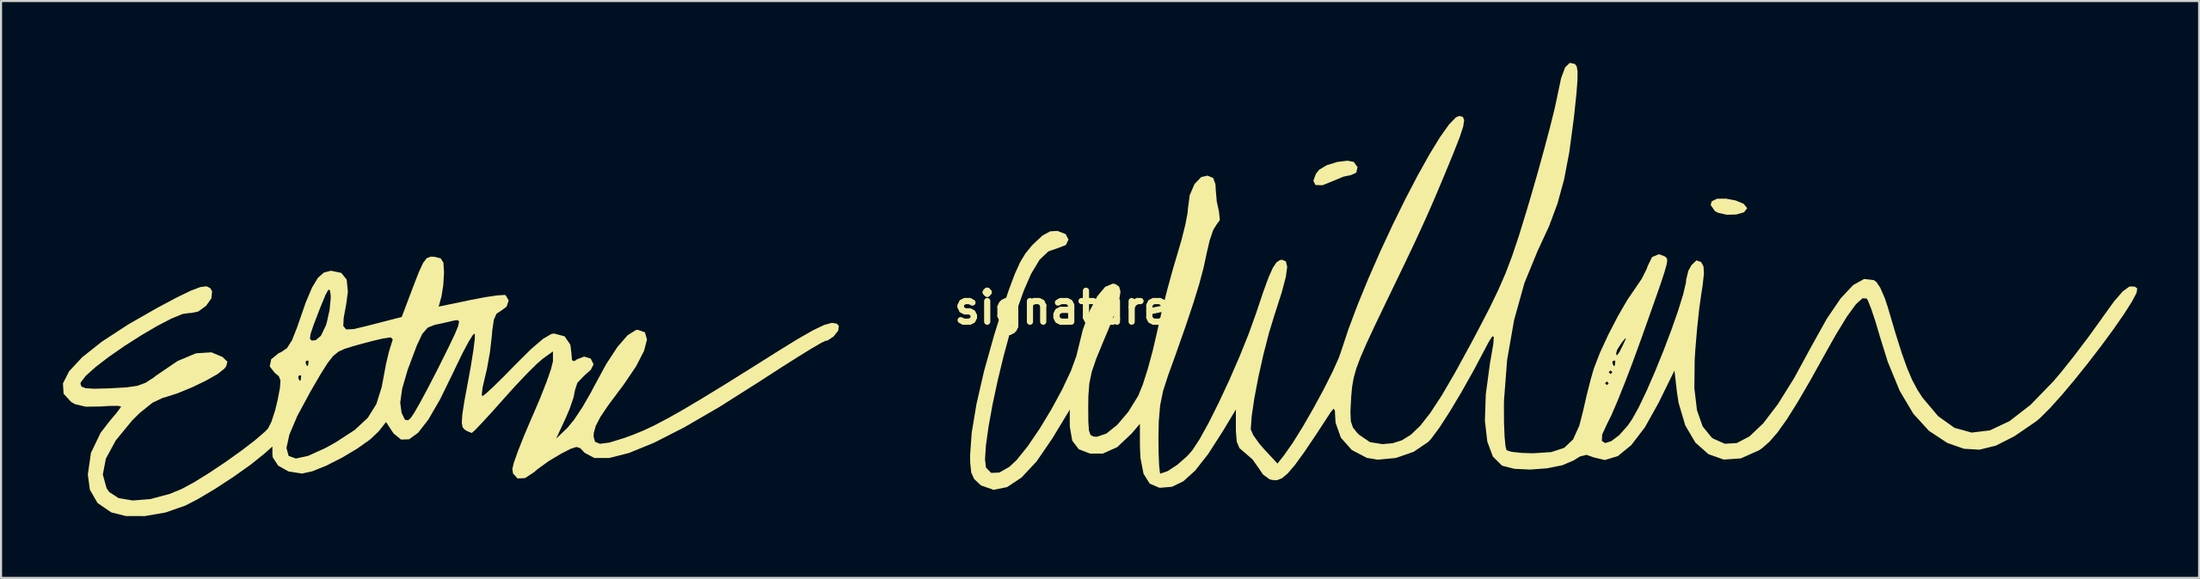
<source format=kicad_pcb>
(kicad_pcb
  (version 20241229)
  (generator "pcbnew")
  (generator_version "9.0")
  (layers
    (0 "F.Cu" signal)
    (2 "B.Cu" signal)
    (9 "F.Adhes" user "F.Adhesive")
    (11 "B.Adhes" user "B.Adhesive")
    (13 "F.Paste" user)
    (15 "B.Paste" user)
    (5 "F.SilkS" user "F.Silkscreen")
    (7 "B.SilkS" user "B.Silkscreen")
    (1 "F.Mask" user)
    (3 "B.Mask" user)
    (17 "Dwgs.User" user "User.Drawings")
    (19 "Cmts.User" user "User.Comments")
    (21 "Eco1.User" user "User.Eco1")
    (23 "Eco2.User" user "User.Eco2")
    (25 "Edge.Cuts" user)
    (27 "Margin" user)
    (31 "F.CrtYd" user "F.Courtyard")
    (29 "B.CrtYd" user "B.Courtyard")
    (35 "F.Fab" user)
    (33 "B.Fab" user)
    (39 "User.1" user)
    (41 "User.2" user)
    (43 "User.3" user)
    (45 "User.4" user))
  (footprint "signature"
    (layer "F.Cu")
    (at 48.429 11.877)
    (property "Reference" "signature" (at 0 0 0) (layer "F.SilkS") (effects (font (size 1.5 1.5) (thickness 0.3))))
    (attr board_only exclude_from_pos_files exclude_from_bom)
    (fp_poly (pts (xy 32.625 -5.201) (xy 33.013 -5.039) (xy 33.181 -4.832) (xy 33.181 -4.824) (xy 33.028 -4.629) (xy 32.654 -4.52) (xy 32.188 -4.51) (xy 31.761 -4.608) (xy 31.619 -4.687) (xy 31.415 -4.979) (xy 31.46 -5.158) (xy 31.717 -5.286) (xy 32.149 -5.291)) (stroke (width 0) (type solid)) (fill yes) (layer "F.SilkS"))
    (fp_poly (pts (xy 14.119 -7.073) (xy 14.301 -6.818) (xy 14.241 -6.551) (xy 13.997 -6.438) (xy 13.62 -6.357) (xy 13.171 -6.17) (xy 12.604 -5.94) (xy 12.262 -5.951) (xy 12.163 -6.158) (xy 12.281 -6.486) (xy 12.437 -6.688) (xy 12.804 -6.91) (xy 13.317 -7.07) (xy 13.815 -7.131)) (stroke (width 0) (type solid)) (fill yes) (layer "F.SilkS"))
    (fp_poly (pts (xy -30.426 -2.469) (xy -30.125 -2.392) (xy -29.993 -2.184) (xy -29.964 -1.735) (xy -29.964 -1.699) (xy -29.999 -1.102) (xy -30.081 -0.576) (xy -30.095 -0.518) (xy -30.223 -0.052) (xy -28.674 -0.375) (xy -27.966 -0.51) (xy -27.391 -0.595) (xy -27.039 -0.618) (xy -26.978 -0.606) (xy -26.829 -0.352) (xy -26.934 -0.046) (xy -27.2 0.148) (xy -27.419 0.292) (xy -27.55 0.583) (xy -27.626 1.111) (xy -27.645 1.35) (xy -27.736 2.145) (xy -27.885 2.977) (xy -27.975 3.354) (xy -28.094 3.869) (xy -28.133 4.21) (xy -28.105 4.293) (xy -27.939 4.171) (xy -27.58 3.841) (xy -27.082 3.352) (xy -26.515 2.773) (xy -25.746 2.008) (xy -25.171 1.516) (xy -24.771 1.279) (xy -24.634 1.252) (xy -24.121 1.388) (xy -23.843 1.792) (xy -23.79 2.204) (xy -23.763 2.549) (xy -23.65 2.595) (xy -23.524 2.506) (xy -23.173 2.372) (xy -22.855 2.468) (xy -22.717 2.746) (xy -22.854 3.018) (xy -23.164 3.293) (xy -23.501 3.644) (xy -23.613 3.984) (xy -23.688 4.359) (xy -23.879 4.913) (xy -24.072 5.366) (xy -24.53 6.35) (xy -23.985 5.829) (xy -23.656 5.428) (xy -23.249 4.813) (xy -22.835 4.094) (xy -22.698 3.83) (xy -22.106 2.738) (xy -21.556 1.899) (xy -21.07 1.339) (xy -20.669 1.086) (xy -20.577 1.073) (xy -20.227 1.194) (xy -20.128 1.544) (xy -20.273 2.1) (xy -20.656 2.843) (xy -21.27 3.751) (xy -21.43 3.963) (xy -22.011 4.741) (xy -22.393 5.311) (xy -22.613 5.737) (xy -22.707 6.082) (xy -22.717 6.249) (xy -22.647 6.503) (xy -22.408 6.602) (xy -21.958 6.545) (xy -21.252 6.328) (xy -20.802 6.164) (xy -20.312 5.964) (xy -19.767 5.707) (xy -19.13 5.373) (xy -18.365 4.94) (xy -17.435 4.387) (xy -16.302 3.693) (xy -14.932 2.836) (xy -13.883 2.174) (xy -12.864 1.543) (xy -12.097 1.103) (xy -11.546 0.839) (xy -11.171 0.735) (xy -10.935 0.774) (xy -10.831 0.88) (xy -10.863 1.113) (xy -11.083 1.394) (xy -11.37 1.587) (xy -11.481 1.61) (xy -11.681 1.704) (xy -12.131 1.966) (xy -12.782 2.367) (xy -13.587 2.877) (xy -14.496 3.465) (xy -14.656 3.57) (xy -16.62 4.815) (xy -18.331 5.809) (xy -19.791 6.553) (xy -21.001 7.048) (xy -21.964 7.293) (xy -22.679 7.29) (xy -23.151 7.039) (xy -23.172 7.015) (xy -23.365 6.812) (xy -23.55 6.755) (xy -23.836 6.85) (xy -24.306 7.093) (xy -24.893 7.444) (xy -25.422 7.826) (xy -25.594 7.975) (xy -26.034 8.266) (xy -26.401 8.284) (xy -26.621 8.04) (xy -26.652 7.822) (xy -26.582 7.527) (xy -26.389 6.98) (xy -26.103 6.254) (xy -25.749 5.42) (xy -25.668 5.237) (xy -25.303 4.382) (xy -24.999 3.609) (xy -24.784 2.994) (xy -24.687 2.613) (xy -24.685 2.572) (xy -24.685 2.122) (xy -25.176 2.473) (xy -25.488 2.746) (xy -25.966 3.221) (xy -26.541 3.831) (xy -27.099 4.452) (xy -27.658 5.079) (xy -28.13 5.593) (xy -28.466 5.943) (xy -28.618 6.077) (xy -28.62 6.077) (xy -28.83 5.993) (xy -28.963 5.915) (xy -29.063 5.8) (xy -29.103 5.578) (xy -29.078 5.19) (xy -28.984 4.574) (xy -28.817 3.673) (xy -28.806 3.617) (xy -28.653 2.772) (xy -28.538 2.045) (xy -28.473 1.514) (xy -28.469 1.256) (xy -28.47 1.255) (xy -28.566 1.322) (xy -28.779 1.664) (xy -29.077 2.228) (xy -29.433 2.961) (xy -29.521 3.151) (xy -30.16 4.457) (xy -30.722 5.425) (xy -31.217 6.065) (xy -31.655 6.385) (xy -32.046 6.397) (xy -32.399 6.108) (xy -32.481 5.993) (xy -32.773 5.547) (xy -33.126 5.996) (xy -33.542 6.391) (xy -34.171 6.837) (xy -34.914 7.28) (xy -35.673 7.665) (xy -36.349 7.938) (xy -36.845 8.046) (xy -36.853 8.046) (xy -37.503 7.942) (xy -38.002 7.661) (xy -38.261 7.26) (xy -38.279 7.114) (xy -38.279 6.803) (xy -37.598 6.803) (xy -37.494 7.189) (xy -37.144 7.317) (xy -36.549 7.189) (xy -35.707 6.806) (xy -35.21 6.529) (xy -34.293 5.933) (xy -33.658 5.343) (xy -33.242 4.675) (xy -33.22 4.605) (xy -32.086 4.605) (xy -32.021 5.09) (xy -32.013 5.112) (xy -31.857 5.437) (xy -31.704 5.462) (xy -31.577 5.352) (xy -31.411 5.106) (xy -31.123 4.603) (xy -30.75 3.911) (xy -30.329 3.094) (xy -30.183 2.805) (xy -29.738 1.91) (xy -29.441 1.287) (xy -29.278 0.892) (xy -29.233 0.679) (xy -29.291 0.601) (xy -29.439 0.614) (xy -29.475 0.623) (xy -30.001 0.745) (xy -30.417 0.833) (xy -30.753 0.967) (xy -31.015 1.268) (xy -31.278 1.825) (xy -31.289 1.853) (xy -31.729 3.025) (xy -31.991 3.929) (xy -32.086 4.605) (xy -33.22 4.605) (xy -32.982 3.844) (xy -32.901 3.411) (xy -32.776 2.742) (xy -32.637 2.149) (xy -32.547 1.857) (xy -32.447 1.535) (xy -32.547 1.439) (xy -32.914 1.494) (xy -33.41 1.609) (xy -34.056 1.78) (xy -34.394 1.876) (xy -34.786 1.998) (xy -35.083 2.136) (xy -35.339 2.348) (xy -35.607 2.69) (xy -35.942 3.222) (xy -36.396 4.001) (xy -36.445 4.087) (xy -37.073 5.253) (xy -37.457 6.158) (xy -37.598 6.803) (xy -38.279 6.803) (xy -38.279 6.735) (xy -38.681 7.093) (xy -39.327 7.61) (xy -40.16 8.203) (xy -41.062 8.792) (xy -41.911 9.297) (xy -42.496 9.599) (xy -43.463 9.937) (xy -44.462 10.11) (xy -45.383 10.108) (xy -46.091 9.929) (xy -46.755 9.472) (xy -47.125 8.827) (xy -47.223 8.093) (xy -47.072 7.043) (xy -46.605 6.07) (xy -46.172 5.508) (xy -45.843 5.119) (xy -45.642 4.85) (xy -45.613 4.791) (xy -45.774 4.761) (xy -46.189 4.766) (xy -46.594 4.792) (xy -47.33 4.803) (xy -47.843 4.679) (xy -48.025 4.579) (xy -48.397 4.174) (xy -48.429 3.673) (xy -48.128 3.082) (xy -47.497 2.404) (xy -46.54 1.646) (xy -45.263 0.811) (xy -43.876 0.017) (xy -42.93 -0.487) (xy -42.244 -0.822) (xy -41.773 -1.001) (xy -41.47 -1.038) (xy -41.289 -0.948) (xy -41.202 -0.796) (xy -41.236 -0.45) (xy -41.496 -0.087) (xy -41.872 0.186) (xy -42.256 0.263) (xy -42.288 0.256) (xy -42.628 0.304) (xy -43.175 0.529) (xy -43.869 0.89) (xy -44.645 1.346) (xy -45.441 1.855) (xy -46.194 2.377) (xy -46.84 2.872) (xy -47.317 3.298) (xy -47.561 3.614) (xy -47.58 3.691) (xy -47.53 3.829) (xy -47.333 3.905) (xy -46.924 3.931) (xy -46.236 3.915) (xy -46.097 3.909) (xy -45.333 3.864) (xy -44.814 3.786) (xy -44.426 3.643) (xy -44.055 3.404) (xy -43.906 3.289) (xy -42.875 2.587) (xy -41.984 2.213) (xy -41.233 2.165) (xy -40.69 2.395) (xy -40.46 2.62) (xy -40.52 2.845) (xy -40.611 2.962) (xy -40.934 3.218) (xy -41.491 3.535) (xy -42.172 3.863) (xy -42.872 4.151) (xy -43.484 4.348) (xy -43.585 4.372) (xy -44.09 4.61) (xy -44.716 5.114) (xy -45.069 5.464) (xy -45.87 6.439) (xy -46.347 7.318) (xy -46.497 8.094) (xy -46.315 8.756) (xy -46.186 8.943) (xy -45.73 9.239) (xy -45.044 9.352) (xy -44.199 9.285) (xy -43.272 9.039) (xy -42.684 8.798) (xy -42.092 8.479) (xy -41.358 8.025) (xy -40.563 7.494) (xy -39.79 6.943) (xy -39.121 6.429) (xy -38.636 6.011) (xy -38.487 5.853) (xy -38.324 5.526) (xy -38.146 4.979) (xy -38.026 4.481) (xy -37.912 3.88) (xy -37.889 3.527) (xy -37.939 3.399) (xy -37.027 3.399) (xy -36.961 3.546) (xy -36.908 3.518) (xy -36.886 3.306) (xy -36.908 3.279) (xy -37.014 3.304) (xy -37.027 3.399) (xy -37.939 3.399) (xy -37.968 3.323) (xy -38.159 3.165) (xy -38.162 3.164) (xy -38.409 2.848) (xy -38.375 2.683) (xy -36.669 2.683) (xy -36.604 2.83) (xy -36.55 2.802) (xy -36.528 2.59) (xy -36.55 2.564) (xy -36.656 2.588) (xy -36.669 2.683) (xy -38.375 2.683) (xy -38.339 2.503) (xy -37.976 2.207) (xy -37.855 2.155) (xy -37.576 1.965) (xy -37.33 1.581) (xy -37.303 1.512) (xy -36.459 1.512) (xy -36.377 1.594) (xy -36.188 1.578) (xy -36.185 1.577) (xy -35.929 1.364) (xy -35.693 0.871) (xy -35.643 0.715) (xy -35.507 0.097) (xy -35.452 -0.478) (xy -35.457 -0.626) (xy -35.496 -0.858) (xy -35.571 -0.868) (xy -35.707 -0.619) (xy -35.931 -0.077) (xy -35.998 0.093) (xy -36.277 0.82) (xy -36.429 1.273) (xy -36.459 1.512) (xy -37.303 1.512) (xy -37.074 0.931) (xy -37.02 0.772) (xy -36.663 -0.257) (xy -36.357 -0.981) (xy -36.075 -1.448) (xy -35.789 -1.702) (xy -35.469 -1.788) (xy -35.42 -1.789) (xy -34.94 -1.687) (xy -34.679 -1.361) (xy -34.622 -0.779) (xy -34.703 -0.17) (xy -34.825 0.494) (xy -34.845 0.887) (xy -34.706 1.053) (xy -34.349 1.039) (xy -33.719 0.889) (xy -33.446 0.819) (xy -32.013 0.45) (xy -31.452 -1.036) (xy -31.175 -1.747) (xy -30.972 -2.182) (xy -30.798 -2.405) (xy -30.607 -2.476)) (stroke (width 0) (type solid)) (fill yes) (layer "F.SilkS"))
    (fp_poly (pts (xy 24.832 -11.825) (xy 24.921 -11.71) (xy 24.964 -11.465) (xy 24.96 -11.039) (xy 24.909 -10.378) (xy 24.809 -9.43) (xy 24.774 -9.127) (xy 24.564 -7.55) (xy 24.313 -6.229) (xy 23.995 -5.063) (xy 23.582 -3.951) (xy 23.046 -2.791) (xy 23.036 -2.773) (xy 22.392 -1.204) (xy 21.889 0.598) (xy 21.551 2.53) (xy 21.4 4.487) (xy 21.395 4.769) (xy 21.4 5.584) (xy 21.428 6.268) (xy 21.474 6.74) (xy 21.525 6.915) (xy 21.77 6.993) (xy 22.261 7.046) (xy 22.813 7.062) (xy 23.694 7.004) (xy 24.316 6.799) (xy 24.746 6.391) (xy 25.048 5.725) (xy 25.236 4.99) (xy 25.411 4.224) (xy 25.553 3.667) (xy 26.294 3.667) (xy 26.384 3.756) (xy 26.473 3.667) (xy 26.384 3.577) (xy 26.294 3.667) (xy 25.553 3.667) (xy 25.597 3.49) (xy 25.701 3.13) (xy 26.473 3.13) (xy 26.563 3.22) (xy 26.652 3.13) (xy 26.563 3.041) (xy 26.473 3.13) (xy 25.701 3.13) (xy 25.753 2.951) (xy 25.856 2.683) (xy 26.652 2.683) (xy 26.718 2.83) (xy 26.771 2.802) (xy 26.793 2.59) (xy 26.771 2.564) (xy 26.665 2.588) (xy 26.652 2.683) (xy 25.856 2.683) (xy 26.039 2.21) (xy 26.831 2.21) (xy 26.866 2.323) (xy 26.987 2.16) (xy 27.174 1.789) (xy 27.309 1.492) (xy 27.271 1.493) (xy 27.109 1.689) (xy 26.894 2.021) (xy 26.831 2.21) (xy 26.039 2.21) (xy 26.044 2.197) (xy 26.453 1.309) (xy 26.919 0.409) (xy 27.379 -0.384) (xy 27.736 -0.905) (xy 28.077 -1.408) (xy 28.317 -1.89) (xy 28.356 -2.01) (xy 28.575 -2.456) (xy 28.905 -2.594) (xy 29.153 -2.506) (xy 29.238 -2.455) (xy 29.293 -2.392) (xy 29.308 -2.275) (xy 29.271 -2.061) (xy 29.17 -1.709) (xy 28.995 -1.176) (xy 28.732 -0.422) (xy 28.372 0.597) (xy 28.031 1.557) (xy 27.639 2.634) (xy 27.251 3.65) (xy 26.896 4.534) (xy 26.603 5.216) (xy 26.404 5.615) (xy 26.158 6.148) (xy 26.14 6.462) (xy 26.304 6.568) (xy 26.601 6.472) (xy 26.983 6.183) (xy 27.402 5.71) (xy 27.61 5.406) (xy 27.935 4.821) (xy 28.315 4.023) (xy 28.723 3.083) (xy 29.132 2.075) (xy 29.513 1.069) (xy 29.838 0.138) (xy 30.081 -0.646) (xy 30.214 -1.212) (xy 30.23 -1.381) (xy 30.333 -1.794) (xy 30.486 -2.068) (xy 30.725 -2.295) (xy 30.938 -2.22) (xy 30.961 -2.199) (xy 31.066 -2.003) (xy 31.087 -1.652) (xy 31.023 -1.07) (xy 30.961 -0.679) (xy 30.854 0.088) (xy 30.752 1.055) (xy 30.668 2.066) (xy 30.638 2.543) (xy 30.624 3.913) (xy 30.751 4.977) (xy 31.026 5.761) (xy 31.455 6.289) (xy 31.536 6.35) (xy 32.095 6.6) (xy 32.676 6.568) (xy 33.292 6.245) (xy 33.953 5.619) (xy 34.671 4.679) (xy 35.458 3.415) (xy 36.294 1.878) (xy 37.041 0.536) (xy 37.716 -0.456) (xy 38.32 -1.099) (xy 38.851 -1.394) (xy 39.312 -1.34) (xy 39.441 -1.253) (xy 39.632 -0.968) (xy 39.851 -0.462) (xy 39.996 -0.025) (xy 40.366 1.227) (xy 40.67 2.193) (xy 40.934 2.933) (xy 41.179 3.508) (xy 41.429 3.977) (xy 41.678 4.363) (xy 42.437 5.263) (xy 43.228 5.829) (xy 44.061 6.059) (xy 44.946 5.951) (xy 45.893 5.504) (xy 46.911 4.715) (xy 48.009 3.584) (xy 48.41 3.112) (xy 49.036 2.324) (xy 49.723 1.416) (xy 50.334 0.568) (xy 50.405 0.465) (xy 50.964 -0.31) (xy 51.387 -0.798) (xy 51.708 -1.027) (xy 51.96 -1.025) (xy 52.082 -0.936) (xy 52.053 -0.727) (xy 51.827 -0.295) (xy 51.442 0.31) (xy 50.934 1.042) (xy 50.34 1.851) (xy 49.697 2.688) (xy 49.042 3.506) (xy 48.411 4.256) (xy 47.842 4.889) (xy 47.371 5.357) (xy 47.172 5.523) (xy 46.122 6.242) (xy 45.232 6.692) (xy 44.442 6.888) (xy 43.692 6.845) (xy 42.922 6.576) (xy 42.853 6.543) (xy 41.989 5.972) (xy 41.236 5.147) (xy 40.577 4.04) (xy 39.995 2.626) (xy 39.618 1.414) (xy 39.399 0.674) (xy 39.195 0.061) (xy 39.036 -0.341) (xy 38.976 -0.444) (xy 38.77 -0.456) (xy 38.454 -0.171) (xy 38.023 0.421) (xy 37.469 1.328) (xy 37.009 2.146) (xy 36.25 3.513) (xy 35.621 4.594) (xy 35.097 5.428) (xy 34.652 6.053) (xy 34.261 6.505) (xy 33.898 6.822) (xy 33.754 6.92) (xy 32.873 7.312) (xy 32.048 7.368) (xy 31.306 7.106) (xy 30.675 6.547) (xy 30.183 5.711) (xy 29.859 4.616) (xy 29.782 4.115) (xy 29.659 3.048) (xy 28.893 4.609) (xy 28.227 5.803) (xy 27.565 6.669) (xy 26.915 7.2) (xy 26.286 7.39) (xy 25.74 7.26) (xy 25.399 7.139) (xy 25.079 7.218) (xy 24.775 7.408) (xy 24.236 7.64) (xy 23.487 7.792) (xy 22.664 7.853) (xy 21.899 7.816) (xy 21.326 7.669) (xy 21.293 7.652) (xy 20.864 7.227) (xy 20.59 6.498) (xy 20.474 5.485) (xy 20.516 4.208) (xy 20.721 2.686) (xy 20.766 2.435) (xy 20.881 1.76) (xy 20.906 1.416) (xy 20.835 1.388) (xy 20.662 1.657) (xy 20.545 1.878) (xy 19.94 3.022) (xy 19.335 4.099) (xy 18.766 5.052) (xy 18.267 5.823) (xy 17.872 6.356) (xy 17.733 6.508) (xy 17.021 6.991) (xy 16.158 7.291) (xy 15.282 7.373) (xy 14.756 7.287) (xy 14.024 6.903) (xy 13.495 6.307) (xy 13.239 5.583) (xy 13.226 5.397) (xy 13.205 4.992) (xy 13.141 4.899) (xy 13.003 5.069) (xy 12.275 6.184) (xy 11.706 7.028) (xy 11.264 7.635) (xy 10.921 8.039) (xy 10.644 8.272) (xy 10.404 8.368) (xy 10.171 8.36) (xy 10.037 8.324) (xy 9.72 8.091) (xy 9.516 7.787) (xy 9.215 7.363) (xy 8.862 7.054) (xy 8.583 6.816) (xy 8.448 6.498) (xy 8.408 5.974) (xy 8.407 5.848) (xy 8.407 4.94) (xy 7.768 6.003) (xy 7.059 7.106) (xy 6.435 7.902) (xy 5.864 8.419) (xy 5.311 8.688) (xy 4.743 8.736) (xy 4.688 8.731) (xy 4.231 8.534) (xy 3.932 8.057) (xy 3.781 7.278) (xy 3.758 6.708) (xy 3.755 5.635) (xy 3.353 6.108) (xy 2.658 6.764) (xy 1.965 7.076) (xy 1.345 7.078) (xy 0.794 6.866) (xy 0.478 6.451) (xy 0.361 5.778) (xy 0.358 5.615) (xy 0.358 4.947) (xy -0.492 6.351) (xy -1.246 7.453) (xy -1.98 8.24) (xy -2.68 8.704) (xy -3.332 8.836) (xy -3.924 8.629) (xy -4.003 8.571) (xy -4.275 8.31) (xy -4.416 7.999) (xy -4.467 7.515) (xy -4.472 7.162) (xy -4.393 6.058) (xy -4.164 4.681) (xy -3.796 3.078) (xy -3.297 1.297) (xy -2.945 0.178) (xy -2.594 -0.867) (xy -2.306 -1.636) (xy -2.051 -2.199) (xy -1.795 -2.625) (xy -1.506 -2.982) (xy -1.435 -3.059) (xy -0.965 -3.501) (xy -0.593 -3.703) (xy -0.239 -3.725) (xy 0.159 -3.57) (xy 0.296 -3.303) (xy 0.168 -3.039) (xy -0.202 -2.897) (xy -0.678 -2.731) (xy -1.106 -2.325) (xy -1.518 -1.637) (xy -1.863 -0.845) (xy -2.197 0.09) (xy -2.53 1.174) (xy -2.848 2.346) (xy -3.137 3.543) (xy -3.385 4.704) (xy -3.578 5.768) (xy -3.704 6.674) (xy -3.749 7.358) (xy -3.703 7.752) (xy -3.453 8.014) (xy -3.055 7.998) (xy -2.567 7.719) (xy -2.217 7.39) (xy -1.682 6.725) (xy -1.101 5.871) (xy -0.525 4.917) (xy -0.003 3.952) (xy 0.414 3.065) (xy 0.678 2.344) (xy 0.72 2.168) (xy 0.989 1.077) (xy 1.32 0.155) (xy 1.69 -0.554) (xy 2.073 -1.01) (xy 2.447 -1.169) (xy 2.578 -1.144) (xy 2.753 -1.017) (xy 2.815 -0.779) (xy 2.755 -0.384) (xy 2.562 0.214) (xy 2.228 1.061) (xy 1.975 1.66) (xy 1.635 2.488) (xy 1.421 3.118) (xy 1.305 3.677) (xy 1.259 4.287) (xy 1.252 4.807) (xy 1.257 5.523) (xy 1.287 5.955) (xy 1.362 6.173) (xy 1.504 6.251) (xy 1.678 6.261) (xy 2.134 6.105) (xy 2.66 5.682) (xy 3.192 5.055) (xy 3.665 4.289) (xy 3.682 4.256) (xy 3.893 3.737) (xy 4.137 2.975) (xy 4.379 2.08) (xy 4.559 1.305) (xy 4.798 0.253) (xy 5.084 -0.883) (xy 5.374 -1.939) (xy 5.543 -2.503) (xy 5.777 -3.301) (xy 5.96 -4.036) (xy 6.066 -4.599) (xy 6.082 -4.793) (xy 6.17 -5.456) (xy 6.403 -6) (xy 6.73 -6.339) (xy 7.031 -6.406) (xy 7.305 -6.294) (xy 7.417 -5.993) (xy 7.431 -5.724) (xy 7.481 -5.155) (xy 7.587 -4.665) (xy 7.588 -4.664) (xy 7.631 -4.25) (xy 7.473 -4.038) (xy 7.312 -3.775) (xy 7.137 -3.265) (xy 6.986 -2.618) (xy 6.982 -2.594) (xy 6.841 -1.936) (xy 6.636 -1.165) (xy 6.35 -0.234) (xy 5.969 0.906) (xy 5.479 2.301) (xy 5.115 3.309) (xy 4.878 4.046) (xy 4.737 4.738) (xy 4.67 5.531) (xy 4.655 6.305) (xy 4.663 7.046) (xy 4.686 7.63) (xy 4.722 7.982) (xy 4.749 8.049) (xy 5.103 7.927) (xy 5.574 7.617) (xy 6.045 7.203) (xy 6.287 6.931) (xy 6.644 6.389) (xy 7.087 5.587) (xy 7.582 4.598) (xy 8.094 3.498) (xy 8.588 2.362) (xy 9.029 1.265) (xy 9.382 0.283) (xy 9.395 0.244) (xy 9.732 -0.762) (xy 9.991 -1.472) (xy 10.198 -1.935) (xy 10.374 -2.199) (xy 10.544 -2.311) (xy 10.649 -2.325) (xy 10.831 -2.246) (xy 10.893 -1.983) (xy 10.829 -1.501) (xy 10.636 -0.764) (xy 10.307 0.263) (xy 10.275 0.358) (xy 10.004 1.25) (xy 9.739 2.282) (xy 9.499 3.358) (xy 9.304 4.381) (xy 9.174 5.257) (xy 9.128 5.889) (xy 9.128 5.903) (xy 9.246 6.179) (xy 9.541 6.593) (xy 9.779 6.867) (xy 10.425 7.562) (xy 10.758 7.135) (xy 11.161 6.559) (xy 11.644 5.783) (xy 12.156 4.894) (xy 12.65 3.984) (xy 13.076 3.14) (xy 13.386 2.452) (xy 13.496 2.146) (xy 13.855 1.061) (xy 14.306 -0.141) (xy 14.829 -1.417) (xy 15.403 -2.726) (xy 16.007 -4.024) (xy 16.619 -5.269) (xy 17.219 -6.42) (xy 17.785 -7.434) (xy 18.296 -8.27) (xy 18.732 -8.884) (xy 19.07 -9.235) (xy 19.227 -9.301) (xy 19.402 -9.261) (xy 19.47 -9.107) (xy 19.423 -8.791) (xy 19.25 -8.264) (xy 18.941 -7.476) (xy 18.803 -7.14) (xy 18.409 -6.187) (xy 18.067 -5.376) (xy 17.745 -4.635) (xy 17.411 -3.892) (xy 17.032 -3.075) (xy 16.575 -2.114) (xy 16.008 -0.936) (xy 15.702 -0.302) (xy 15.151 0.847) (xy 14.737 1.734) (xy 14.441 2.418) (xy 14.24 2.957) (xy 14.114 3.411) (xy 14.04 3.837) (xy 13.997 4.293) (xy 13.991 4.379) (xy 13.957 5.07) (xy 13.978 5.51) (xy 14.076 5.805) (xy 14.275 6.061) (xy 14.369 6.157) (xy 14.904 6.522) (xy 15.509 6.618) (xy 15.999 6.576) (xy 16.451 6.433) (xy 16.892 6.159) (xy 17.345 5.723) (xy 17.835 5.096) (xy 18.389 4.247) (xy 19.03 3.147) (xy 19.784 1.766) (xy 20.179 1.021) (xy 20.699 0.017) (xy 21.118 -0.849) (xy 21.472 -1.663) (xy 21.795 -2.515) (xy 22.123 -3.494) (xy 22.49 -4.688) (xy 22.691 -5.366) (xy 23.031 -6.546) (xy 23.348 -7.695) (xy 23.625 -8.739) (xy 23.84 -9.603) (xy 23.973 -10.212) (xy 23.987 -10.285) (xy 24.167 -11.139) (xy 24.362 -11.66) (xy 24.584 -11.877)) (stroke (width 0) (type solid)) (fill yes) (layer "F.SilkS")))
  (gr_rect
    (start -3 -3)
    (end 103.511 24.987)
    (stroke (width 0.1) (type default))
    (fill no)
    (layer "Edge.Cuts")))
</source>
